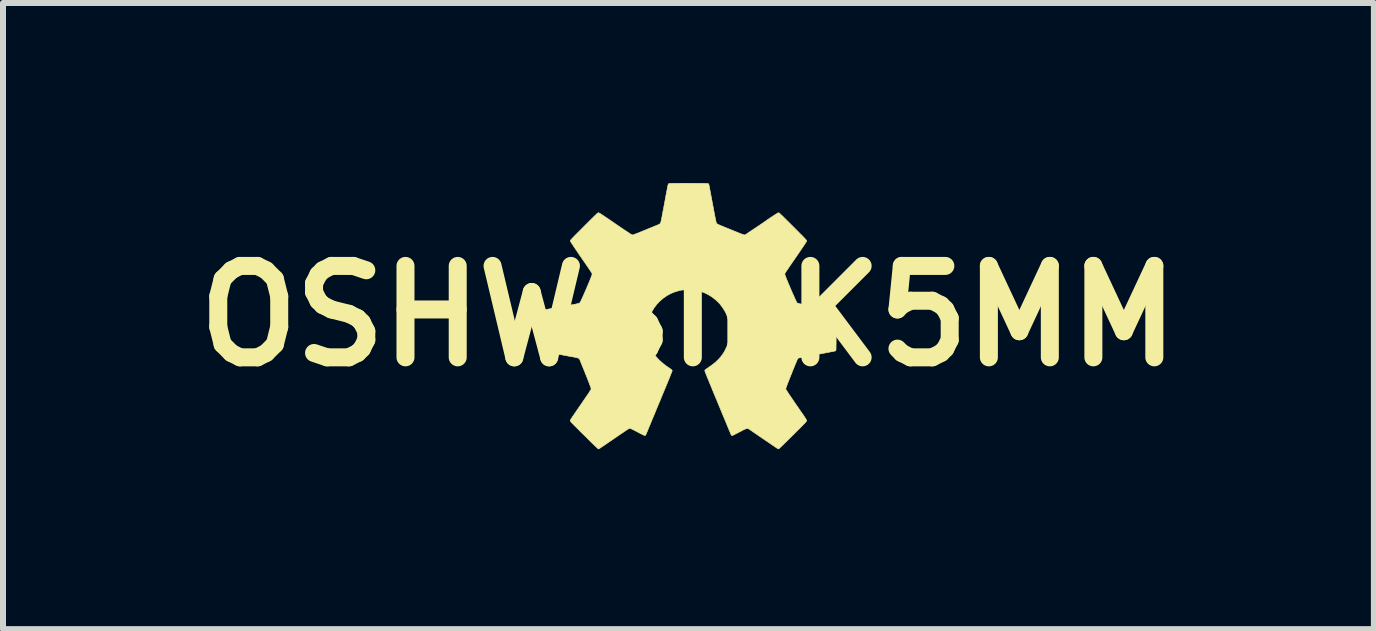
<source format=kicad_pcb>
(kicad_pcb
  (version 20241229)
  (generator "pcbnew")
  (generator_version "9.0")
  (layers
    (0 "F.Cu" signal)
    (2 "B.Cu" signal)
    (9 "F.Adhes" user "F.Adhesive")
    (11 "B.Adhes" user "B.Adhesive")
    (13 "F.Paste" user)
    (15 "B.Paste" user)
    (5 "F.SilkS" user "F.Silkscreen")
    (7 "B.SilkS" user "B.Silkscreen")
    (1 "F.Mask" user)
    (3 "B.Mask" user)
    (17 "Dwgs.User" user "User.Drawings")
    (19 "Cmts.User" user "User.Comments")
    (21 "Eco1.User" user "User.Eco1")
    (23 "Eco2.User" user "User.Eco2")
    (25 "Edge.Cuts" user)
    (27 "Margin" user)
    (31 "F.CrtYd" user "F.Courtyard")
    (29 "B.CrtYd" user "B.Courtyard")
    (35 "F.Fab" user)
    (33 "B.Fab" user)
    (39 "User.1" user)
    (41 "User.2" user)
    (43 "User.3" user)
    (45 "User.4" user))
  (footprint "OSHWSILK5MM"
    (layer "F.Cu")
    (at 8.426 2.217)
    (property "Reference" "OSHWSILK5MM" (at 0 0 0) (layer "F.SilkS") (effects (font (size 1.524 1.524) (thickness 0.3))))
    (attr through_hole)
    (fp_poly (pts (xy 0.067 -2.211) (xy 0.128 -2.211) (xy 0.181 -2.211) (xy 0.227 -2.211) (xy 0.264 -2.21) (xy 0.293 -2.209) (xy 0.313 -2.209) (xy 0.325 -2.208) (xy 0.329 -2.207) (xy 0.335 -2.2) (xy 0.341 -2.189) (xy 0.341 -2.186) (xy 0.343 -2.179) (xy 0.346 -2.165) (xy 0.35 -2.143) (xy 0.355 -2.114) (xy 0.362 -2.08) (xy 0.369 -2.041) (xy 0.377 -1.998) (xy 0.386 -1.951) (xy 0.395 -1.901) (xy 0.403 -1.861) (xy 0.414 -1.802) (xy 0.423 -1.751) (xy 0.432 -1.707) (xy 0.439 -1.67) (xy 0.445 -1.639) (xy 0.45 -1.614) (xy 0.454 -1.594) (xy 0.458 -1.578) (xy 0.461 -1.565) (xy 0.463 -1.556) (xy 0.466 -1.55) (xy 0.468 -1.545) (xy 0.47 -1.542) (xy 0.472 -1.541) (xy 0.481 -1.534) (xy 0.497 -1.525) (xy 0.517 -1.516) (xy 0.532 -1.509) (xy 0.546 -1.503) (xy 0.568 -1.495) (xy 0.596 -1.483) (xy 0.628 -1.47) (xy 0.663 -1.456) (xy 0.701 -1.44) (xy 0.74 -1.425) (xy 0.753 -1.419) (xy 0.796 -1.402) (xy 0.831 -1.387) (xy 0.86 -1.376) (xy 0.883 -1.367) (xy 0.901 -1.36) (xy 0.914 -1.356) (xy 0.924 -1.353) (xy 0.932 -1.351) (xy 0.937 -1.351) (xy 0.941 -1.352) (xy 0.947 -1.355) (xy 0.959 -1.362) (xy 0.978 -1.374) (xy 1.001 -1.39) (xy 1.03 -1.409) (xy 1.063 -1.431) (xy 1.099 -1.455) (xy 1.139 -1.482) (xy 1.181 -1.51) (xy 1.222 -1.538) (xy 1.276 -1.575) (xy 1.323 -1.608) (xy 1.364 -1.636) (xy 1.399 -1.659) (xy 1.428 -1.678) (xy 1.452 -1.694) (xy 1.471 -1.705) (xy 1.485 -1.714) (xy 1.494 -1.719) (xy 1.5 -1.721) (xy 1.5 -1.721) (xy 1.504 -1.72) (xy 1.508 -1.718) (xy 1.514 -1.713) (xy 1.523 -1.706) (xy 1.534 -1.697) (xy 1.548 -1.683) (xy 1.566 -1.667) (xy 1.587 -1.646) (xy 1.613 -1.62) (xy 1.644 -1.59) (xy 1.679 -1.555) (xy 1.721 -1.513) (xy 1.742 -1.492) (xy 1.786 -1.448) (xy 1.823 -1.411) (xy 1.855 -1.378) (xy 1.883 -1.351) (xy 1.905 -1.328) (xy 1.924 -1.309) (xy 1.938 -1.293) (xy 1.95 -1.281) (xy 1.958 -1.272) (xy 1.964 -1.264) (xy 1.967 -1.259) (xy 1.969 -1.255) (xy 1.97 -1.251) (xy 1.97 -1.25) (xy 1.967 -1.244) (xy 1.96 -1.232) (xy 1.948 -1.213) (xy 1.933 -1.189) (xy 1.914 -1.161) (xy 1.892 -1.128) (xy 1.867 -1.092) (xy 1.841 -1.053) (xy 1.812 -1.011) (xy 1.807 -1.003) (xy 1.77 -0.95) (xy 1.739 -0.905) (xy 1.712 -0.865) (xy 1.688 -0.831) (xy 1.669 -0.802) (xy 1.653 -0.779) (xy 1.639 -0.759) (xy 1.629 -0.743) (xy 1.621 -0.731) (xy 1.615 -0.721) (xy 1.611 -0.714) (xy 1.608 -0.709) (xy 1.607 -0.705) (xy 1.606 -0.702) (xy 1.606 -0.699) (xy 1.606 -0.696) (xy 1.606 -0.695) (xy 1.608 -0.687) (xy 1.613 -0.673) (xy 1.621 -0.652) (xy 1.631 -0.626) (xy 1.643 -0.596) (xy 1.657 -0.562) (xy 1.672 -0.526) (xy 1.688 -0.488) (xy 1.704 -0.45) (xy 1.721 -0.411) (xy 1.737 -0.374) (xy 1.753 -0.339) (xy 1.767 -0.307) (xy 1.78 -0.278) (xy 1.791 -0.255) (xy 1.8 -0.237) (xy 1.806 -0.226) (xy 1.808 -0.222) (xy 1.812 -0.219) (xy 1.817 -0.215) (xy 1.824 -0.212) (xy 1.834 -0.209) (xy 1.847 -0.206) (xy 1.865 -0.202) (xy 1.888 -0.197) (xy 1.917 -0.192) (xy 1.953 -0.185) (xy 1.995 -0.177) (xy 2.01 -0.175) (xy 2.032 -0.171) (xy 2.058 -0.166) (xy 2.088 -0.16) (xy 2.118 -0.155) (xy 2.124 -0.154) (xy 2.157 -0.147) (xy 2.196 -0.14) (xy 2.238 -0.133) (xy 2.28 -0.125) (xy 2.318 -0.118) (xy 2.327 -0.116) (xy 2.364 -0.109) (xy 2.392 -0.104) (xy 2.415 -0.099) (xy 2.431 -0.095) (xy 2.443 -0.091) (xy 2.451 -0.088) (xy 2.455 -0.084) (xy 2.458 -0.081) (xy 2.458 -0.076) (xy 2.459 -0.063) (xy 2.459 -0.043) (xy 2.46 -0.017) (xy 2.46 0.015) (xy 2.46 0.051) (xy 2.461 0.091) (xy 2.461 0.134) (xy 2.461 0.179) (xy 2.461 0.225) (xy 2.461 0.271) (xy 2.461 0.317) (xy 2.461 0.362) (xy 2.461 0.405) (xy 2.461 0.444) (xy 2.46 0.48) (xy 2.46 0.511) (xy 2.46 0.536) (xy 2.459 0.556) (xy 2.459 0.567) (xy 2.458 0.571) (xy 2.452 0.579) (xy 2.448 0.582) (xy 2.443 0.584) (xy 2.429 0.587) (xy 2.409 0.591) (xy 2.382 0.596) (xy 2.349 0.603) (xy 2.311 0.61) (xy 2.269 0.618) (xy 2.223 0.627) (xy 2.175 0.636) (xy 2.144 0.642) (xy 2.094 0.651) (xy 2.047 0.66) (xy 2.002 0.668) (xy 1.961 0.676) (xy 1.925 0.683) (xy 1.894 0.689) (xy 1.869 0.694) (xy 1.851 0.697) (xy 1.841 0.7) (xy 1.838 0.7) (xy 1.827 0.707) (xy 1.821 0.712) (xy 1.818 0.718) (xy 1.812 0.731) (xy 1.804 0.75) (xy 1.793 0.776) (xy 1.78 0.806) (xy 1.766 0.841) (xy 1.75 0.88) (xy 1.733 0.922) (xy 1.717 0.963) (xy 1.695 1.017) (xy 1.677 1.064) (xy 1.661 1.103) (xy 1.649 1.135) (xy 1.639 1.162) (xy 1.631 1.183) (xy 1.626 1.198) (xy 1.623 1.209) (xy 1.622 1.216) (xy 1.622 1.218) (xy 1.625 1.225) (xy 1.633 1.238) (xy 1.645 1.257) (xy 1.662 1.283) (xy 1.682 1.314) (xy 1.707 1.35) (xy 1.735 1.391) (xy 1.765 1.436) (xy 1.799 1.485) (xy 1.836 1.538) (xy 1.862 1.577) (xy 1.889 1.615) (xy 1.911 1.646) (xy 1.928 1.672) (xy 1.942 1.693) (xy 1.952 1.709) (xy 1.96 1.722) (xy 1.965 1.731) (xy 1.968 1.738) (xy 1.969 1.743) (xy 1.969 1.748) (xy 1.969 1.749) (xy 1.967 1.753) (xy 1.962 1.76) (xy 1.954 1.77) (xy 1.942 1.783) (xy 1.926 1.8) (xy 1.905 1.821) (xy 1.88 1.847) (xy 1.85 1.877) (xy 1.815 1.912) (xy 1.774 1.953) (xy 1.74 1.987) (xy 1.702 2.024) (xy 1.667 2.059) (xy 1.634 2.091) (xy 1.603 2.121) (xy 1.576 2.148) (xy 1.552 2.17) (xy 1.533 2.189) (xy 1.518 2.203) (xy 1.509 2.211) (xy 1.506 2.214) (xy 1.496 2.214) (xy 1.488 2.211) (xy 1.483 2.208) (xy 1.471 2.2) (xy 1.453 2.188) (xy 1.43 2.172) (xy 1.402 2.154) (xy 1.371 2.132) (xy 1.336 2.108) (xy 1.298 2.083) (xy 1.259 2.056) (xy 1.257 2.055) (xy 1.217 2.027) (xy 1.178 2.001) (xy 1.142 1.976) (xy 1.109 1.954) (xy 1.08 1.934) (xy 1.055 1.917) (xy 1.036 1.903) (xy 1.022 1.894) (xy 1.014 1.889) (xy 1.005 1.882) (xy 0.996 1.878) (xy 0.987 1.875) (xy 0.977 1.875) (xy 0.965 1.878) (xy 0.95 1.883) (xy 0.931 1.891) (xy 0.907 1.903) (xy 0.878 1.919) (xy 0.85 1.933) (xy 0.821 1.949) (xy 0.794 1.962) (xy 0.771 1.974) (xy 0.751 1.984) (xy 0.737 1.99) (xy 0.73 1.993) (xy 0.729 1.993) (xy 0.722 1.992) (xy 0.716 1.988) (xy 0.711 1.979) (xy 0.704 1.965) (xy 0.701 1.958) (xy 0.697 1.948) (xy 0.69 1.93) (xy 0.679 1.905) (xy 0.666 1.873) (xy 0.65 1.835) (xy 0.632 1.791) (xy 0.612 1.742) (xy 0.589 1.687) (xy 0.564 1.628) (xy 0.538 1.564) (xy 0.51 1.497) (xy 0.481 1.426) (xy 0.45 1.352) (xy 0.449 1.349) (xy 0.42 1.28) (xy 0.395 1.219) (xy 0.373 1.165) (xy 0.353 1.118) (xy 0.337 1.077) (xy 0.322 1.042) (xy 0.31 1.013) (xy 0.3 0.988) (xy 0.292 0.967) (xy 0.285 0.951) (xy 0.281 0.938) (xy 0.277 0.928) (xy 0.275 0.921) (xy 0.273 0.916) (xy 0.272 0.912) (xy 0.272 0.91) (xy 0.272 0.909) (xy 0.274 0.905) (xy 0.279 0.899) (xy 0.287 0.891) (xy 0.3 0.882) (xy 0.319 0.869) (xy 0.336 0.857) (xy 0.397 0.814) (xy 0.45 0.771) (xy 0.496 0.728) (xy 0.536 0.683) (xy 0.572 0.636) (xy 0.603 0.586) (xy 0.603 0.585) (xy 0.637 0.516) (xy 0.662 0.444) (xy 0.68 0.371) (xy 0.689 0.296) (xy 0.69 0.221) (xy 0.682 0.146) (xy 0.667 0.071) (xy 0.643 -0.002) (xy 0.626 -0.044) (xy 0.611 -0.072) (xy 0.592 -0.105) (xy 0.57 -0.138) (xy 0.547 -0.17) (xy 0.526 -0.197) (xy 0.516 -0.209) (xy 0.458 -0.265) (xy 0.397 -0.314) (xy 0.331 -0.355) (xy 0.261 -0.389) (xy 0.187 -0.415) (xy 0.144 -0.426) (xy 0.128 -0.429) (xy 0.113 -0.432) (xy 0.098 -0.433) (xy 0.08 -0.435) (xy 0.059 -0.435) (xy 0.033 -0.436) (xy 0 -0.436) (xy -0.034 -0.436) (xy -0.06 -0.435) (xy -0.081 -0.435) (xy -0.098 -0.433) (xy -0.114 -0.431) (xy -0.129 -0.429) (xy -0.144 -0.426) (xy -0.22 -0.404) (xy -0.291 -0.376) (xy -0.358 -0.34) (xy -0.42 -0.297) (xy -0.477 -0.248) (xy -0.528 -0.194) (xy -0.574 -0.134) (xy -0.612 -0.069) (xy -0.644 0.001) (xy -0.668 0.074) (xy -0.682 0.136) (xy -0.685 0.165) (xy -0.688 0.2) (xy -0.689 0.238) (xy -0.689 0.277) (xy -0.687 0.314) (xy -0.685 0.346) (xy -0.682 0.366) (xy -0.669 0.419) (xy -0.653 0.472) (xy -0.633 0.524) (xy -0.611 0.571) (xy -0.597 0.597) (xy -0.564 0.648) (xy -0.526 0.695) (xy -0.483 0.74) (xy -0.434 0.784) (xy -0.378 0.828) (xy -0.336 0.857) (xy -0.313 0.873) (xy -0.296 0.885) (xy -0.284 0.894) (xy -0.277 0.901) (xy -0.273 0.906) (xy -0.272 0.909) (xy -0.272 0.912) (xy -0.273 0.915) (xy -0.274 0.92) (xy -0.276 0.927) (xy -0.28 0.936) (xy -0.285 0.948) (xy -0.291 0.964) (xy -0.299 0.984) (xy -0.308 1.008) (xy -0.32 1.037) (xy -0.334 1.071) (xy -0.35 1.111) (xy -0.369 1.157) (xy -0.391 1.21) (xy -0.416 1.269) (xy -0.444 1.337) (xy -0.449 1.349) (xy -0.479 1.423) (xy -0.509 1.493) (xy -0.537 1.561) (xy -0.563 1.625) (xy -0.588 1.684) (xy -0.611 1.739) (xy -0.631 1.789) (xy -0.65 1.833) (xy -0.666 1.872) (xy -0.679 1.904) (xy -0.689 1.929) (xy -0.697 1.947) (xy -0.701 1.957) (xy -0.701 1.958) (xy -0.709 1.975) (xy -0.714 1.985) (xy -0.72 1.991) (xy -0.726 1.992) (xy -0.729 1.993) (xy -0.735 1.991) (xy -0.748 1.985) (xy -0.767 1.976) (xy -0.79 1.965) (xy -0.816 1.951) (xy -0.845 1.936) (xy -0.85 1.933) (xy -0.885 1.915) (xy -0.914 1.9) (xy -0.936 1.889) (xy -0.953 1.881) (xy -0.966 1.877) (xy -0.974 1.875) (xy -0.977 1.874) (xy -0.989 1.876) (xy -1.003 1.882) (xy -1.021 1.893) (xy -1.023 1.895) (xy -1.032 1.901) (xy -1.048 1.912) (xy -1.07 1.927) (xy -1.096 1.945) (xy -1.126 1.965) (xy -1.16 1.988) (xy -1.196 2.013) (xy -1.234 2.039) (xy -1.255 2.053) (xy -1.303 2.086) (xy -1.344 2.114) (xy -1.379 2.138) (xy -1.408 2.158) (xy -1.432 2.174) (xy -1.452 2.187) (xy -1.467 2.198) (xy -1.478 2.205) (xy -1.487 2.21) (xy -1.492 2.214) (xy -1.496 2.215) (xy -1.497 2.216) (xy -1.497 2.216) (xy -1.503 2.214) (xy -1.507 2.212) (xy -1.512 2.209) (xy -1.522 2.199) (xy -1.537 2.185) (xy -1.557 2.166) (xy -1.58 2.144) (xy -1.607 2.118) (xy -1.636 2.09) (xy -1.666 2.06) (xy -1.698 2.028) (xy -1.731 1.995) (xy -1.764 1.963) (xy -1.797 1.931) (xy -1.828 1.899) (xy -1.857 1.87) (xy -1.885 1.842) (xy -1.909 1.818) (xy -1.929 1.797) (xy -1.946 1.78) (xy -1.958 1.767) (xy -1.964 1.76) (xy -1.965 1.759) (xy -1.969 1.747) (xy -1.969 1.737) (xy -1.966 1.731) (xy -1.959 1.719) (xy -1.948 1.702) (xy -1.934 1.681) (xy -1.918 1.657) (xy -1.908 1.643) (xy -1.887 1.613) (xy -1.864 1.579) (xy -1.84 1.544) (xy -1.817 1.51) (xy -1.797 1.482) (xy -1.797 1.481) (xy -1.777 1.453) (xy -1.755 1.42) (xy -1.731 1.385) (xy -1.707 1.35) (xy -1.686 1.32) (xy -1.685 1.318) (xy -1.668 1.293) (xy -1.653 1.27) (xy -1.64 1.249) (xy -1.63 1.233) (xy -1.624 1.222) (xy -1.623 1.219) (xy -1.623 1.215) (xy -1.624 1.208) (xy -1.626 1.199) (xy -1.63 1.186) (xy -1.636 1.169) (xy -1.645 1.147) (xy -1.655 1.12) (xy -1.668 1.086) (xy -1.683 1.047) (xy -1.702 1) (xy -1.717 0.963) (xy -1.734 0.919) (xy -1.751 0.878) (xy -1.767 0.839) (xy -1.781 0.805) (xy -1.793 0.775) (xy -1.803 0.75) (xy -1.811 0.731) (xy -1.816 0.719) (xy -1.819 0.715) (xy -1.825 0.709) (xy -1.834 0.704) (xy -1.848 0.699) (xy -1.867 0.694) (xy -1.893 0.688) (xy -1.919 0.683) (xy -1.972 0.674) (xy -2.026 0.664) (xy -2.079 0.654) (xy -2.132 0.644) (xy -2.183 0.635) (xy -2.231 0.625) (xy -2.277 0.617) (xy -2.318 0.609) (xy -2.355 0.602) (xy -2.387 0.595) (xy -2.413 0.59) (xy -2.432 0.586) (xy -2.444 0.583) (xy -2.448 0.582) (xy -2.456 0.575) (xy -2.458 0.571) (xy -2.459 0.566) (xy -2.459 0.552) (xy -2.46 0.532) (xy -2.46 0.505) (xy -2.46 0.473) (xy -2.461 0.436) (xy -2.461 0.396) (xy -2.461 0.353) (xy -2.461 0.308) (xy -2.461 0.262) (xy -2.461 0.215) (xy -2.461 0.169) (xy -2.461 0.125) (xy -2.461 0.082) (xy -2.46 0.043) (xy -2.46 0.008) (xy -2.46 -0.023) (xy -2.459 -0.048) (xy -2.459 -0.067) (xy -2.458 -0.078) (xy -2.458 -0.081) (xy -2.454 -0.085) (xy -2.449 -0.089) (xy -2.44 -0.092) (xy -2.427 -0.096) (xy -2.41 -0.1) (xy -2.386 -0.105) (xy -2.355 -0.111) (xy -2.327 -0.116) (xy -2.29 -0.123) (xy -2.249 -0.131) (xy -2.207 -0.138) (xy -2.167 -0.146) (xy -2.132 -0.152) (xy -2.124 -0.154) (xy -2.094 -0.159) (xy -2.064 -0.165) (xy -2.037 -0.17) (xy -2.014 -0.174) (xy -1.997 -0.177) (xy -1.995 -0.177) (xy -1.951 -0.185) (xy -1.915 -0.192) (xy -1.886 -0.197) (xy -1.864 -0.202) (xy -1.846 -0.206) (xy -1.833 -0.209) (xy -1.824 -0.213) (xy -1.817 -0.216) (xy -1.812 -0.219) (xy -1.808 -0.222) (xy -1.804 -0.229) (xy -1.797 -0.243) (xy -1.787 -0.263) (xy -1.775 -0.289) (xy -1.762 -0.318) (xy -1.747 -0.352) (xy -1.731 -0.388) (xy -1.715 -0.425) (xy -1.698 -0.464) (xy -1.682 -0.502) (xy -1.666 -0.54) (xy -1.651 -0.575) (xy -1.638 -0.608) (xy -1.627 -0.636) (xy -1.617 -0.66) (xy -1.611 -0.679) (xy -1.607 -0.691) (xy -1.606 -0.695) (xy -1.606 -0.698) (xy -1.606 -0.701) (xy -1.607 -0.704) (xy -1.608 -0.708) (xy -1.61 -0.713) (xy -1.614 -0.72) (xy -1.62 -0.729) (xy -1.627 -0.741) (xy -1.637 -0.756) (xy -1.65 -0.774) (xy -1.665 -0.797) (xy -1.684 -0.825) (xy -1.706 -0.857) (xy -1.732 -0.896) (xy -1.763 -0.94) (xy -1.798 -0.991) (xy -1.807 -1.003) (xy -1.835 -1.044) (xy -1.861 -1.083) (xy -1.885 -1.119) (xy -1.908 -1.152) (xy -1.927 -1.182) (xy -1.943 -1.207) (xy -1.956 -1.226) (xy -1.965 -1.241) (xy -1.969 -1.248) (xy -1.969 -1.249) (xy -1.97 -1.252) (xy -1.969 -1.255) (xy -1.967 -1.259) (xy -1.964 -1.265) (xy -1.958 -1.272) (xy -1.95 -1.281) (xy -1.939 -1.293) (xy -1.924 -1.308) (xy -1.906 -1.327) (xy -1.884 -1.35) (xy -1.857 -1.377) (xy -1.825 -1.408) (xy -1.788 -1.446) (xy -1.746 -1.488) (xy -1.742 -1.492) (xy -1.699 -1.535) (xy -1.661 -1.573) (xy -1.628 -1.606) (xy -1.6 -1.633) (xy -1.577 -1.656) (xy -1.558 -1.674) (xy -1.542 -1.689) (xy -1.53 -1.701) (xy -1.52 -1.709) (xy -1.512 -1.715) (xy -1.507 -1.719) (xy -1.503 -1.72) (xy -1.5 -1.721) (xy -1.495 -1.72) (xy -1.488 -1.716) (xy -1.476 -1.709) (xy -1.46 -1.7) (xy -1.44 -1.687) (xy -1.415 -1.67) (xy -1.384 -1.649) (xy -1.348 -1.625) (xy -1.305 -1.596) (xy -1.256 -1.562) (xy -1.22 -1.537) (xy -1.176 -1.507) (xy -1.134 -1.479) (xy -1.095 -1.452) (xy -1.059 -1.428) (xy -1.026 -1.406) (xy -0.998 -1.388) (xy -0.975 -1.372) (xy -0.957 -1.361) (xy -0.945 -1.354) (xy -0.939 -1.351) (xy -0.934 -1.351) (xy -0.927 -1.352) (xy -0.916 -1.355) (xy -0.901 -1.361) (xy -0.881 -1.368) (xy -0.855 -1.378) (xy -0.823 -1.39) (xy -0.785 -1.406) (xy -0.753 -1.419) (xy -0.714 -1.435) (xy -0.676 -1.451) (xy -0.64 -1.465) (xy -0.606 -1.479) (xy -0.577 -1.491) (xy -0.553 -1.501) (xy -0.536 -1.508) (xy -0.532 -1.509) (xy -0.509 -1.519) (xy -0.49 -1.528) (xy -0.477 -1.536) (xy -0.472 -1.541) (xy -0.469 -1.544) (xy -0.467 -1.548) (xy -0.464 -1.554) (xy -0.461 -1.563) (xy -0.458 -1.574) (xy -0.455 -1.59) (xy -0.45 -1.61) (xy -0.445 -1.636) (xy -0.439 -1.668) (xy -0.432 -1.707) (xy -0.423 -1.753) (xy -0.418 -1.778) (xy -0.41 -1.822) (xy -0.402 -1.864) (xy -0.395 -1.903) (xy -0.388 -1.939) (xy -0.383 -1.969) (xy -0.378 -1.994) (xy -0.375 -2.013) (xy -0.373 -2.024) (xy -0.372 -2.025) (xy -0.369 -2.041) (xy -0.365 -2.061) (xy -0.362 -2.08) (xy -0.358 -2.1) (xy -0.353 -2.125) (xy -0.349 -2.149) (xy -0.348 -2.154) (xy -0.343 -2.177) (xy -0.337 -2.194) (xy -0.332 -2.203) (xy -0.332 -2.204) (xy -0.33 -2.205) (xy -0.327 -2.206) (xy -0.323 -2.208) (xy -0.317 -2.208) (xy -0.308 -2.209) (xy -0.296 -2.21) (xy -0.279 -2.21) (xy -0.259 -2.211) (xy -0.233 -2.211) (xy -0.201 -2.211) (xy -0.163 -2.211) (xy -0.119 -2.212) (xy -0.066 -2.212) (xy -0.006 -2.212) (xy -0.002 -2.212) (xy 0.067 -2.211)) (stroke (width 0.01) (type solid)) (fill yes) (layer "F.SilkS")))
  (gr_rect
    (start -3 -3)
    (end 19.851 7.437)
    (stroke (width 0.1) (type default))
    (fill no)
    (layer "Edge.Cuts")))
</source>
